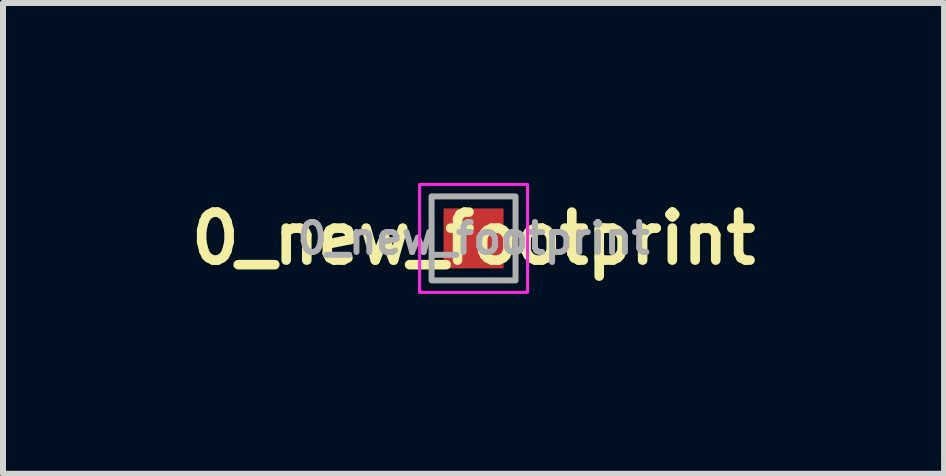
<source format=kicad_pcb>
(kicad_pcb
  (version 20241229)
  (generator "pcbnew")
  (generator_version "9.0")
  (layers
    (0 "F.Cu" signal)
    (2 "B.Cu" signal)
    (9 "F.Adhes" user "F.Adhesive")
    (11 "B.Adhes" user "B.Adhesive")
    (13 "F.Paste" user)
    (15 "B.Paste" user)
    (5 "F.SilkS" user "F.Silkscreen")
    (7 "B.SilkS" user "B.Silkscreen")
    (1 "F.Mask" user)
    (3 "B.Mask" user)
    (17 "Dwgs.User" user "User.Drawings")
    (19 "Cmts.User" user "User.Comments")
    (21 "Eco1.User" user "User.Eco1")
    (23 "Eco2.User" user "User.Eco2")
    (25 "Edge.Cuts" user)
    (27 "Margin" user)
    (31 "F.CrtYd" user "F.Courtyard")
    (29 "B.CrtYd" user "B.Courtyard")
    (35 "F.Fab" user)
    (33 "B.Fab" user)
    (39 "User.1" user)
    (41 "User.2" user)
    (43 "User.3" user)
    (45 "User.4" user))
  (footprint "0_new_footprint"
    (layer "F.Cu")
    (at 4.846 0.925)
    (property "Reference" "0_new_footprint" (at 0 0 0) (layer "F.SilkS") (effects (font (size 0.8 0.8) (thickness 0.16))))
    (attr smd)
    (fp_rect (start -0.9 -0.9) (end 0.9 0.9) (stroke (width 0.05) (type default)) (fill no) (layer "F.CrtYd"))
    (fp_rect (start -0.7 -0.7) (end 0.7 0.7) (stroke (width 0.1) (type default)) (fill no) (layer "F.Fab"))
    (fp_text user "${REFERENCE}" (at 0 0 0) (layer "F.Fab") (effects (font (size 0.5 0.5) (thickness 0.1))))
    (pad "1" smd rect (at 0 0) (size 1 1) (layers "F.Cu" "F.Mask" "F.Paste")))
  (gr_rect
    (start -3 -3)
    (end 12.691 4.85)
    (stroke (width 0.1) (type default))
    (fill no)
    (layer "Edge.Cuts")))
</source>
